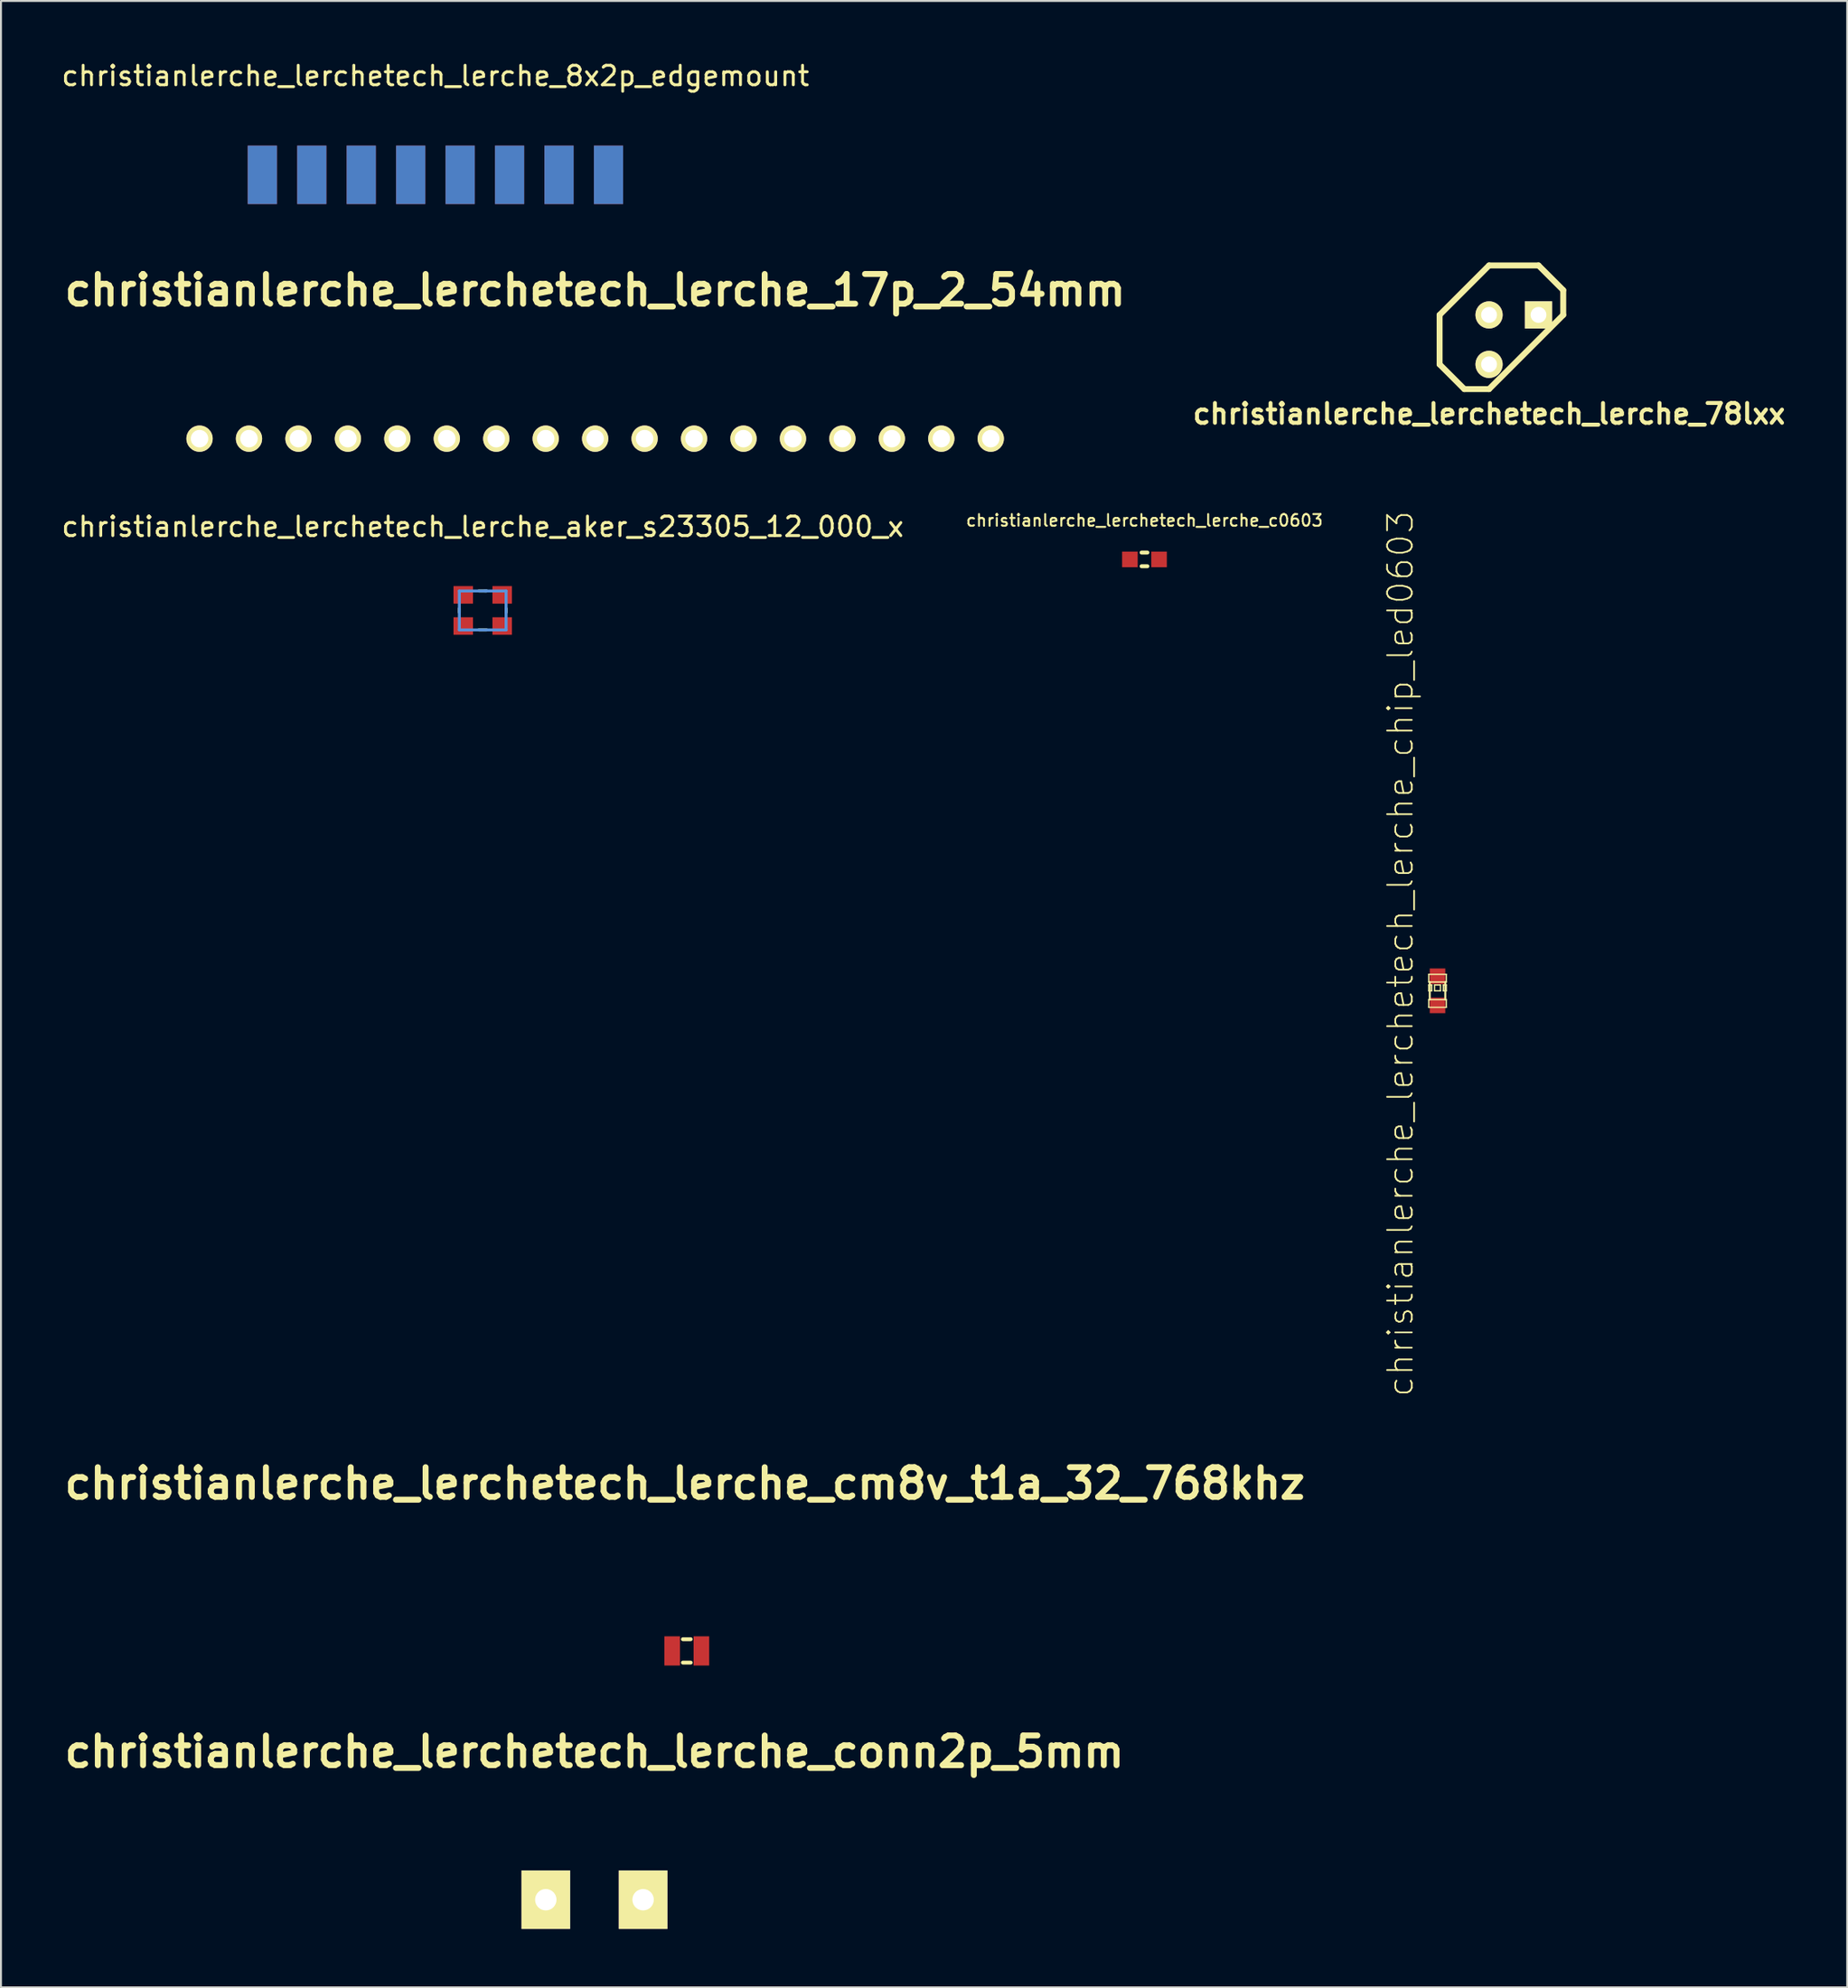
<source format=kicad_pcb>
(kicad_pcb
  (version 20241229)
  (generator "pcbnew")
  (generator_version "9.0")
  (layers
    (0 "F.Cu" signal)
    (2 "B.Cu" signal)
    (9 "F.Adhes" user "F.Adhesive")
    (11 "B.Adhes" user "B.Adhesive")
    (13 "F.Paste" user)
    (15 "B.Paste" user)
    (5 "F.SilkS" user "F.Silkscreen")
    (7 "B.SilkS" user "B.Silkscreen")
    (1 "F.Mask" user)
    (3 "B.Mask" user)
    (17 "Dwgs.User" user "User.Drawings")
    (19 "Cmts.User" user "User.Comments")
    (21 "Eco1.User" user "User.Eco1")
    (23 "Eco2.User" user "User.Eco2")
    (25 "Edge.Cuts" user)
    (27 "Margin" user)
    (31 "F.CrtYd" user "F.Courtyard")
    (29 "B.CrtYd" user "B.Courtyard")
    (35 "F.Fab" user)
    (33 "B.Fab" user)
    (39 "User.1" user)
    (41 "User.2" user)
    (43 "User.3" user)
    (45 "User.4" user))
  (footprint "christianlerche_lerchetech_lerche_c0603"
    (layer "F.Cu")
    (at 55.735 25.676)
    (property "Reference" "christianlerche_lerchetech_lerche_c0603" (at 0 -2 0) (layer "F.SilkS") (effects (font (size 0.6 0.6) (thickness 0.1))))
    (attr through_hole)
    (fp_line (start -0.15 -0.351) (end 0.15 -0.351) (stroke (width 0.201) (type solid)) (layer "F.SilkS"))
    (fp_line (start -0.15 0.351) (end 0.15 0.351) (stroke (width 0.201) (type solid)) (layer "F.SilkS"))
    (pad "1" smd rect (at 0.749 0 270) (size 0.8 0.8) (layers "F.Cu" "F.Mask" "F.Paste"))
    (pad "2" smd rect (at -0.749 0 270) (size 0.8 0.8) (layers "F.Cu" "F.Mask" "F.Paste")))
  (footprint "christianlerche_lerchetech_lerche_78lxx"
    (layer "F.Cu")
    (at 74.703 14.391)
    (property "Reference" "christianlerche_lerchetech_lerche_78lxx" (at -1.27 3.81 0) (layer "F.SilkS") (effects (font (size 1.016 1.016) (thickness 0.203))))
    (attr through_hole)
    (fp_line (start -3.81 -1.27) (end -3.81 1.27) (stroke (width 0.305) (type solid)) (layer "F.SilkS"))
    (fp_line (start -3.81 1.27) (end -2.54 2.54) (stroke (width 0.305) (type solid)) (layer "F.SilkS"))
    (fp_line (start -2.54 2.54) (end -1.27 2.54) (stroke (width 0.305) (type solid)) (layer "F.SilkS"))
    (fp_line (start -1.27 -3.81) (end -3.81 -1.27) (stroke (width 0.305) (type solid)) (layer "F.SilkS"))
    (fp_line (start -1.27 2.54) (end 2.54 -1.27) (stroke (width 0.305) (type solid)) (layer "F.SilkS"))
    (fp_line (start 1.27 -3.81) (end -1.27 -3.81) (stroke (width 0.305) (type solid)) (layer "F.SilkS"))
    (fp_line (start 2.54 -2.54) (end 1.27 -3.81) (stroke (width 0.305) (type solid)) (layer "F.SilkS"))
    (fp_line (start 2.54 -1.27) (end 2.54 -2.54) (stroke (width 0.305) (type solid)) (layer "F.SilkS"))
    (pad "GND" thru_hole circle (at -1.27 -1.27) (size 1.397 1.397) (drill 0.813) (layers "*.Cu" "*.Mask" "F.SilkS"))
    (pad "VI" thru_hole rect (at 1.27 -1.27) (size 1.397 1.397) (drill 0.813) (layers "*.Cu" "*.Mask" "F.SilkS"))
    (pad "VO" thru_hole circle (at -1.27 1.27) (size 1.397 1.397) (drill 0.813) (layers "*.Cu" "*.Mask" "F.SilkS")))
  (footprint "christianlerche_lerchetech_lerche_conn2p_5mm"
    (layer "F.Cu")
    (at 27.483 94.503)
    (property "Reference" "christianlerche_lerchetech_lerche_conn2p_5mm" (at 0 -7.6 0) (layer "F.SilkS") (effects (font (size 1.524 1.524) (thickness 0.305))))
    (attr through_hole)
    (pad "1" thru_hole rect (at -2.499 0) (size 2.499 3) (drill 1.1) (layers "*.Cu" "*.Mask" "F.SilkS"))
    (pad "2" thru_hole rect (at 2.499 0) (size 2.499 3) (drill 1.1) (layers "*.Cu" "*.Mask" "F.SilkS")))
  (footprint "christianlerche_lerchetech_lerche_cm8v_t1a_32_768khz"
    (layer "F.Cu")
    (at 32.227 81.727)
    (property "Reference" "christianlerche_lerchetech_lerche_cm8v_t1a_32_768khz" (at -0.1 -8.6 0) (layer "F.SilkS") (effects (font (size 1.524 1.524) (thickness 0.305))))
    (attr through_hole)
    (fp_line (start -0.2 -0.6) (end 0.2 -0.6) (stroke (width 0.2) (type solid)) (layer "F.SilkS"))
    (fp_line (start -0.2 0.6) (end 0.2 0.6) (stroke (width 0.2) (type solid)) (layer "F.SilkS"))
    (pad "1" smd rect (at -0.75 0) (size 0.8 1.5) (layers "F.Cu" "F.Mask" "F.Paste"))
    (pad "2" smd rect (at 0.75 0) (size 0.8 1.5) (layers "F.Cu" "F.Mask" "F.Paste")))
  (footprint "christianlerche_lerchetech_lerche_chip_led0603"
    (layer "F.Cu")
    (at 70.786 47.83)
    (property "Reference" "christianlerche_lerchetech_lerche_chip_led0603" (at -1.905 -1.905 90) (layer "F.SilkS") (effects (font (size 1.27 1.27) (thickness 0.089))))
    (attr smd)
    (fp_line (start -0.45 -0.848) (end 0.45 -0.848) (stroke (width 0.066) (type solid)) (layer "F.SilkS"))
    (fp_line (start -0.45 -0.45) (end -0.45 -0.848) (stroke (width 0.066) (type solid)) (layer "F.SilkS"))
    (fp_line (start -0.45 -0.45) (end 0.45 -0.45) (stroke (width 0.066) (type solid)) (layer "F.SilkS"))
    (fp_line (start -0.45 -0.3) (end -0.3 -0.3) (stroke (width 0.066) (type solid)) (layer "F.SilkS"))
    (fp_line (start -0.45 0) (end -0.45 -0.3) (stroke (width 0.066) (type solid)) (layer "F.SilkS"))
    (fp_line (start -0.45 0) (end -0.3 0) (stroke (width 0.066) (type solid)) (layer "F.SilkS"))
    (fp_line (start -0.45 0.45) (end 0.45 0.45) (stroke (width 0.066) (type solid)) (layer "F.SilkS"))
    (fp_line (start -0.45 0.848) (end -0.45 0.45) (stroke (width 0.066) (type solid)) (layer "F.SilkS"))
    (fp_line (start -0.45 0.848) (end 0.45 0.848) (stroke (width 0.066) (type solid)) (layer "F.SilkS"))
    (fp_line (start -0.399 -0.45) (end -0.399 0.45) (stroke (width 0.102) (type solid)) (layer "F.SilkS"))
    (fp_line (start -0.3 0) (end -0.3 -0.3) (stroke (width 0.066) (type solid)) (layer "F.SilkS"))
    (fp_line (start -0.15 -0.3) (end 0.15 -0.3) (stroke (width 0.066) (type solid)) (layer "F.SilkS"))
    (fp_line (start -0.15 0) (end -0.15 -0.3) (stroke (width 0.066) (type solid)) (layer "F.SilkS"))
    (fp_line (start -0.15 0) (end 0.15 0) (stroke (width 0.066) (type solid)) (layer "F.SilkS"))
    (fp_line (start 0.15 0) (end 0.15 -0.3) (stroke (width 0.066) (type solid)) (layer "F.SilkS"))
    (fp_line (start 0.3 -0.3) (end 0.45 -0.3) (stroke (width 0.066) (type solid)) (layer "F.SilkS"))
    (fp_line (start 0.3 0) (end 0.3 -0.3) (stroke (width 0.066) (type solid)) (layer "F.SilkS"))
    (fp_line (start 0.3 0) (end 0.45 0) (stroke (width 0.066) (type solid)) (layer "F.SilkS"))
    (fp_line (start 0.399 -0.45) (end 0.399 0.45) (stroke (width 0.102) (type solid)) (layer "F.SilkS"))
    (fp_line (start 0.45 -0.45) (end 0.45 -0.848) (stroke (width 0.066) (type solid)) (layer "F.SilkS"))
    (fp_line (start 0.45 0) (end 0.45 -0.3) (stroke (width 0.066) (type solid)) (layer "F.SilkS"))
    (fp_line (start 0.45 0.848) (end 0.45 0.45) (stroke (width 0.066) (type solid)) (layer "F.SilkS"))
    (pad "1" smd rect (at 0 0.749) (size 0.798 0.798) (layers "F.Cu" "F.Mask" "F.Paste"))
    (pad "2" smd rect (at 0 -0.749) (size 0.798 0.798) (layers "F.Cu" "F.Mask" "F.Paste")))
  (footprint "christianlerche_lerchetech_lerche_aker_s23305_12_000_x"
    (layer "F.Cu")
    (at 21.744 28.297)
    (property "Reference" "christianlerche_lerchetech_lerche_aker_s23305_12_000_x" (at 0 -4.3 0) (layer "F.SilkS") (effects (font (size 1 1) (thickness 0.15))))
    (attr through_hole)
    (fp_line (start -1.2 -0.1) (end -1.2 0.1) (stroke (width 0.15) (type solid)) (layer "F.SilkS"))
    (fp_line (start -0.2 -1) (end 0.2 -1) (stroke (width 0.15) (type solid)) (layer "F.SilkS"))
    (fp_line (start -0.2 1) (end 0.2 1) (stroke (width 0.15) (type solid)) (layer "F.SilkS"))
    (fp_line (start 1.2 -0.1) (end 1.2 0.1) (stroke (width 0.15) (type solid)) (layer "F.SilkS"))
    (fp_line (start -1.2 -1) (end 0.2 -1) (stroke (width 0.15) (type solid)) (layer "Cmts.User"))
    (fp_line (start -1.2 1) (end -1.2 -1) (stroke (width 0.15) (type solid)) (layer "Cmts.User"))
    (fp_line (start -1.2 1) (end 1.2 1) (stroke (width 0.15) (type solid)) (layer "Cmts.User"))
    (fp_line (start 0.1 -1) (end 1.2 -1) (stroke (width 0.15) (type solid)) (layer "Cmts.User"))
    (fp_line (start 1.2 -1) (end 1.2 1) (stroke (width 0.15) (type solid)) (layer "Cmts.User"))
    (pad "1" smd rect (at -1 0.8) (size 1 0.9) (layers "F.Cu" "F.Mask" "F.Paste"))
    (pad "2" smd rect (at 1 0.8) (size 1 0.9) (layers "F.Cu" "F.Mask" "F.Paste"))
    (pad "3" smd rect (at 1 -0.8) (size 1 0.9) (layers "F.Cu" "F.Mask" "F.Paste"))
    (pad "4" smd rect (at -1 -0.8) (size 1 0.9) (layers "F.Cu" "F.Mask" "F.Paste")))
  (footprint "christianlerche_lerchetech_lerche_17p_2_54mm"
    (layer "F.Cu")
    (at 27.519 19.475)
    (property "Reference" "christianlerche_lerchetech_lerche_17p_2_54mm" (at 0 -7.62 0) (layer "F.SilkS") (effects (font (size 1.524 1.524) (thickness 0.305))))
    (attr through_hole)
    (pad "1" thru_hole circle (at -20.32 0) (size 1.349 1.349) (drill 0.899) (layers "*.Cu" "*.Mask" "F.SilkS"))
    (pad "2" thru_hole circle (at -17.78 0) (size 1.349 1.349) (drill 0.899) (layers "*.Cu" "*.Mask" "F.SilkS"))
    (pad "3" thru_hole circle (at -15.24 0) (size 1.349 1.349) (drill 0.899) (layers "*.Cu" "*.Mask" "F.SilkS"))
    (pad "4" thru_hole circle (at -12.7 0) (size 1.349 1.349) (drill 0.899) (layers "*.Cu" "*.Mask" "F.SilkS"))
    (pad "5" thru_hole circle (at -10.16 0) (size 1.349 1.349) (drill 0.899) (layers "*.Cu" "*.Mask" "F.SilkS"))
    (pad "6" thru_hole circle (at -7.62 0) (size 1.349 1.349) (drill 0.899) (layers "*.Cu" "*.Mask" "F.SilkS"))
    (pad "7" thru_hole circle (at -5.08 0) (size 1.349 1.349) (drill 0.899) (layers "*.Cu" "*.Mask" "F.SilkS"))
    (pad "8" thru_hole circle (at -2.54 0) (size 1.349 1.349) (drill 0.899) (layers "*.Cu" "*.Mask" "F.SilkS"))
    (pad "9" thru_hole circle (at 0 0) (size 1.349 1.349) (drill 0.899) (layers "*.Cu" "*.Mask" "F.SilkS"))
    (pad "10" thru_hole circle (at 2.54 0) (size 1.349 1.349) (drill 0.899) (layers "*.Cu" "*.Mask" "F.SilkS"))
    (pad "11" thru_hole circle (at 5.08 0) (size 1.349 1.349) (drill 0.899) (layers "*.Cu" "*.Mask" "F.SilkS"))
    (pad "12" thru_hole circle (at 7.62 0) (size 1.349 1.349) (drill 0.899) (layers "*.Cu" "*.Mask" "F.SilkS"))
    (pad "13" thru_hole circle (at 10.16 0) (size 1.349 1.349) (drill 0.899) (layers "*.Cu" "*.Mask" "F.SilkS"))
    (pad "14" thru_hole circle (at 12.7 0) (size 1.349 1.349) (drill 0.899) (layers "*.Cu" "*.Mask" "F.SilkS"))
    (pad "15" thru_hole circle (at 15.24 0) (size 1.349 1.349) (drill 0.899) (layers "*.Cu" "*.Mask" "F.SilkS"))
    (pad "16" thru_hole circle (at 17.78 0) (size 1.349 1.349) (drill 0.899) (layers "*.Cu" "*.Mask" "F.SilkS"))
    (pad "17" thru_hole circle (at 20.32 0) (size 1.349 1.349) (drill 0.899) (layers "*.Cu" "*.Mask" "F.SilkS")))
  (footprint "christianlerche_lerchetech_lerche_8x2p_edgemount"
    (layer "F.Cu")
    (at 19.315 5.928)
    (property "Reference" "christianlerche_lerchetech_lerche_8x2p_edgemount" (at 0 -5.08 0) (layer "F.SilkS") (effects (font (size 1 1) (thickness 0.15))))
    (attr through_hole)
    (pad "1" smd rect (at -8.89 0) (size 1.5 3) (layers "F.Cu" "F.Mask" "F.Paste"))
    (pad "2" smd rect (at -8.89 0) (size 1.5 3) (layers "F.Mask" "B.Cu" "F.Paste"))
    (pad "3" smd rect (at -6.35 0) (size 1.5 3) (layers "F.Cu" "F.Mask" "F.Paste"))
    (pad "4" smd rect (at -6.35 0) (size 1.5 3) (layers "F.Mask" "B.Cu" "F.Paste"))
    (pad "5" smd rect (at -3.81 0) (size 1.5 3) (layers "F.Cu" "F.Mask" "F.Paste"))
    (pad "6" smd rect (at -3.81 0) (size 1.5 3) (layers "F.Mask" "B.Cu" "F.Paste"))
    (pad "7" smd rect (at -1.27 0) (size 1.5 3) (layers "F.Cu" "F.Mask" "F.Paste"))
    (pad "8" smd rect (at -1.27 0) (size 1.5 3) (layers "F.Mask" "B.Cu" "F.Paste"))
    (pad "9" smd rect (at 1.27 0) (size 1.5 3) (layers "F.Cu" "F.Mask" "F.Paste"))
    (pad "10" smd rect (at 1.27 0) (size 1.5 3) (layers "F.Mask" "B.Cu" "F.Paste"))
    (pad "11" smd rect (at 3.81 0) (size 1.5 3) (layers "F.Cu" "F.Mask" "F.Paste"))
    (pad "12" smd rect (at 3.81 0) (size 1.5 3) (layers "F.Mask" "B.Cu" "F.Paste"))
    (pad "13" smd rect (at 6.35 0) (size 1.5 3) (layers "F.Cu" "F.Mask" "F.Paste"))
    (pad "14" smd rect (at 6.35 0) (size 1.5 3) (layers "F.Mask" "B.Cu" "F.Paste"))
    (pad "15" smd rect (at 8.89 0) (size 1.5 3) (layers "F.Cu" "F.Mask" "F.Paste"))
    (pad "16" smd rect (at 8.89 0) (size 1.5 3) (layers "F.Mask" "B.Cu" "F.Paste")))
  (gr_rect
    (start -3 -3)
    (end 91.828 99.003)
    (stroke (width 0.1) (type default))
    (fill no)
    (layer "Edge.Cuts")))
</source>
